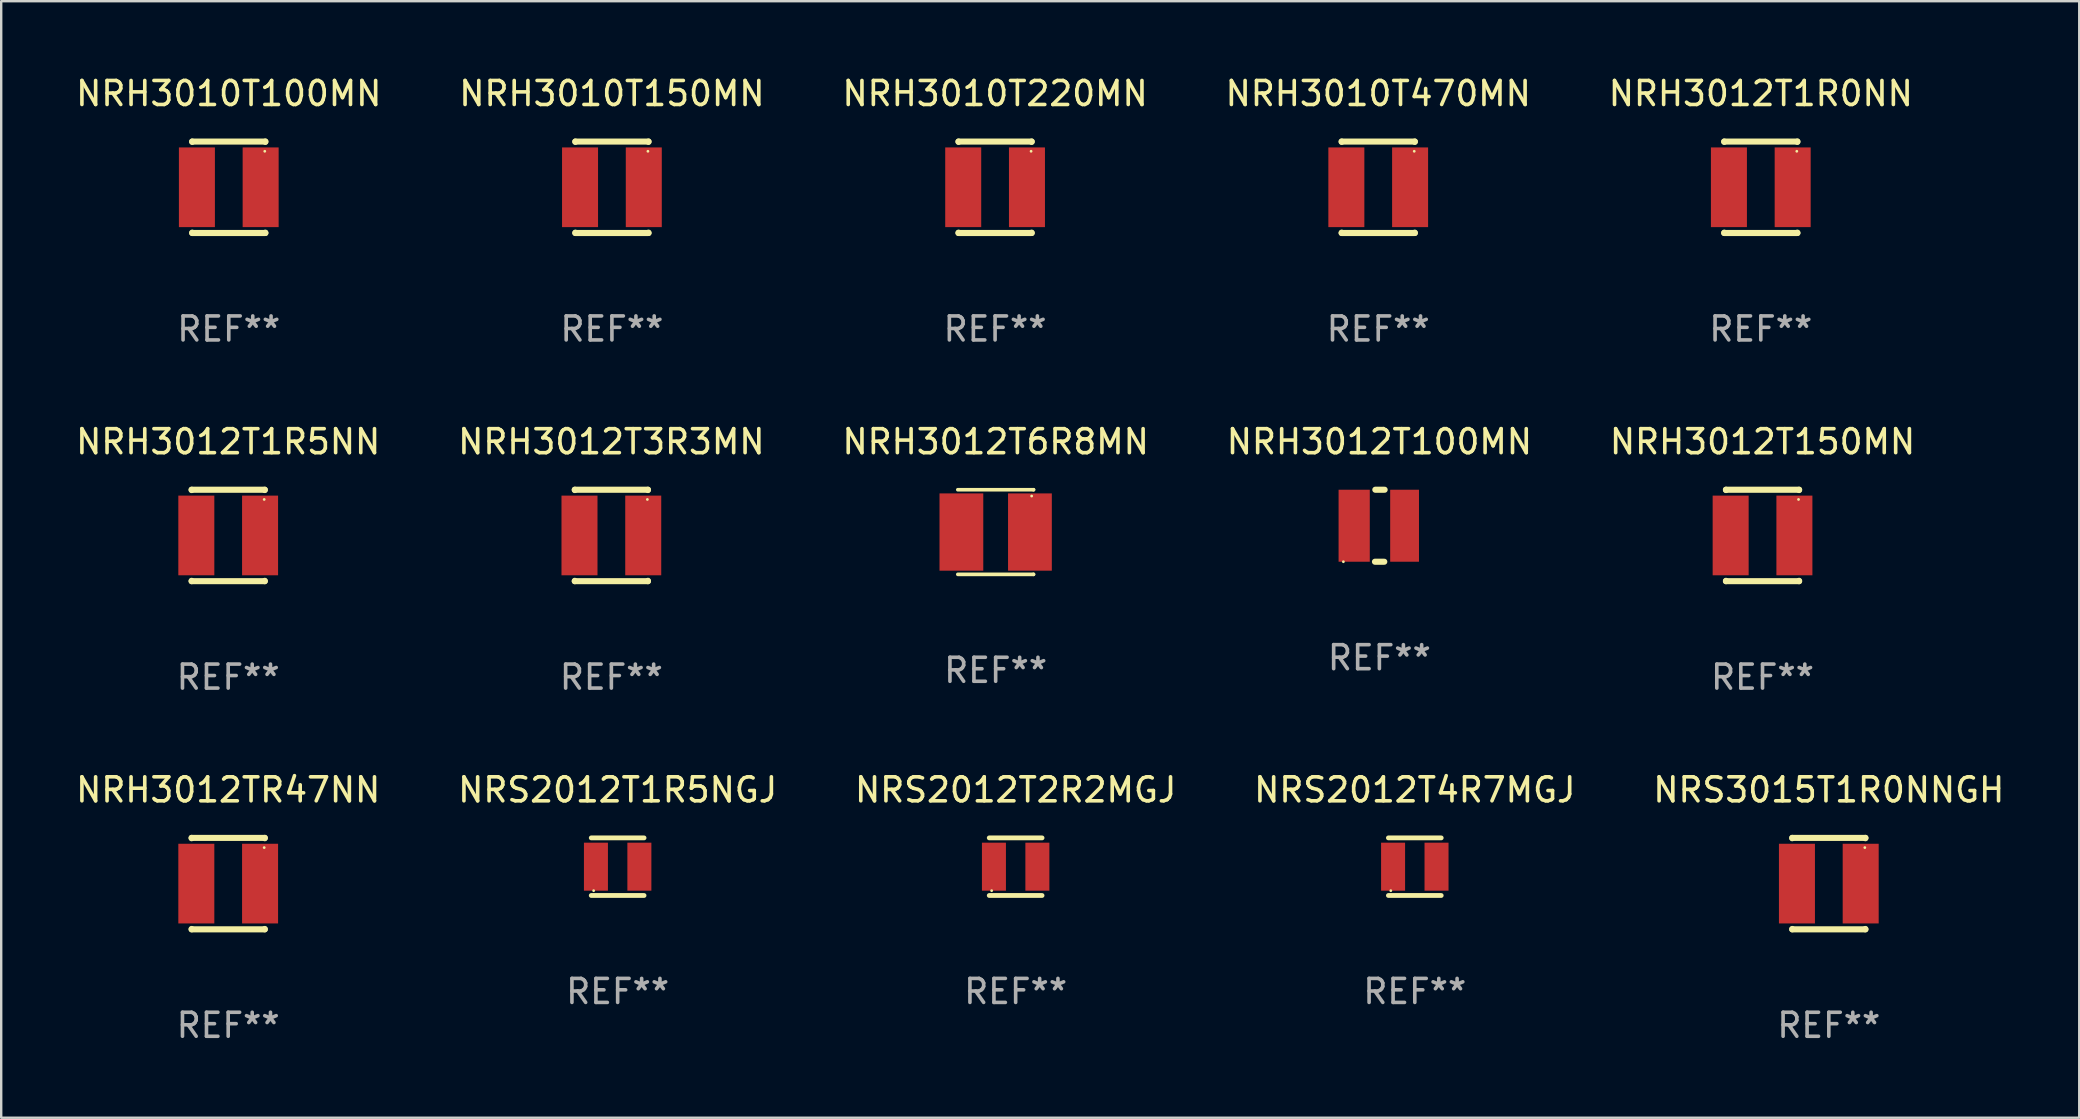
<source format=kicad_pcb>
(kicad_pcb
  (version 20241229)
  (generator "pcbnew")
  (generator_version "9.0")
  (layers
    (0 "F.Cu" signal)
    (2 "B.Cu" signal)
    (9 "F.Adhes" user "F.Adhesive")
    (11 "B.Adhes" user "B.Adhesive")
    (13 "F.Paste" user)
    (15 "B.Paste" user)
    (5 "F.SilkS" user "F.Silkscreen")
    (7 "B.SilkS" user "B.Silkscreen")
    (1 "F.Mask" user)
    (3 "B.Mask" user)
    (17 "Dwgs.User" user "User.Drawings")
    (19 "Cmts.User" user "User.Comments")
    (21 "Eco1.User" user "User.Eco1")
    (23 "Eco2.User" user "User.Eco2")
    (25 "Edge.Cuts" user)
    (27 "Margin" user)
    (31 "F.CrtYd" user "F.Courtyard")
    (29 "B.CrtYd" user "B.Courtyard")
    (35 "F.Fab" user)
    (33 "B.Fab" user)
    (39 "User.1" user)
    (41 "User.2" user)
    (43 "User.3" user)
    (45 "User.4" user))
  (footprint "NRH3012T3R3MN"
    (layer "F.Cu")
    (at 22.423 19.26)
    (property "Reference" "NRH3012T3R3MN" (at 0 -3.905 0) (layer "F.SilkS") (effects (font (size 1 1) (thickness 0.15))))
    (attr through_hole)
    (fp_line (start -1.524 -1.905) (end 1.524 -1.905) (stroke (width 0.254) (type solid)) (layer "F.SilkS"))
    (fp_line (start -1.524 -1.891) (end -1.524 -1.905) (stroke (width 0.254) (type solid)) (layer "F.SilkS"))
    (fp_line (start -1.524 1.905) (end -1.524 1.891) (stroke (width 0.254) (type solid)) (layer "F.SilkS"))
    (fp_line (start -1.524 1.905) (end 1.524 1.905) (stroke (width 0.254) (type solid)) (layer "F.SilkS"))
    (fp_line (start 1.524 -1.905) (end 1.524 -1.891) (stroke (width 0.254) (type solid)) (layer "F.SilkS"))
    (fp_line (start 1.524 1.891) (end 1.524 1.905) (stroke (width 0.254) (type solid)) (layer "F.SilkS"))
    (fp_circle (center 1.5 -1.5) (end 1.53 -1.5) (stroke (width 0.06) (type solid)) (fill no) (layer "F.SilkS"))
    (fp_text user "REF**" (at 0 5.905 0) (layer "F.Fab") (effects (font (size 1 1) (thickness 0.15))))
    (pad "1" smd rect (at 1.328 0) (size 1.5 3.32) (layers "F.Cu" "F.Mask" "F.Paste"))
    (pad "2" smd rect (at -1.328 0) (size 1.5 3.32) (layers "F.Cu" "F.Mask" "F.Paste")))
  (footprint "NRS2012T1R5NGJ"
    (layer "F.Cu")
    (at 22.685 33.061)
    (property "Reference" "NRS2012T1R5NGJ" (at 0 -3.2 0) (layer "F.SilkS") (effects (font (size 1 1) (thickness 0.15))))
    (attr through_hole)
    (fp_line (start -1.1 -1.2) (end 1.1 -1.2) (stroke (width 0.2) (type solid)) (layer "F.SilkS"))
    (fp_line (start -1.1 1.2) (end 1.1 1.2) (stroke (width 0.2) (type solid)) (layer "F.SilkS"))
    (fp_circle (center -1 1) (end -0.97 1) (stroke (width 0.06) (type solid)) (fill no) (layer "F.SilkS"))
    (fp_text user "REF**" (at 0 5.2 0) (layer "F.Fab") (effects (font (size 1 1) (thickness 0.15))))
    (pad "1" smd rect (at -0.905 0) (size 1 2) (layers "F.Cu" "F.Mask" "F.Paste"))
    (pad "2" smd rect (at 0.905 0) (size 1 2) (layers "F.Cu" "F.Mask" "F.Paste")))
  (footprint "NRH3010T100MN"
    (layer "F.Cu")
    (at 6.482 4.753)
    (property "Reference" "NRH3010T100MN" (at 0 -3.905 0) (layer "F.SilkS") (effects (font (size 1 1) (thickness 0.15))))
    (attr through_hole)
    (fp_line (start -1.524 -1.905) (end 1.524 -1.905) (stroke (width 0.254) (type solid)) (layer "F.SilkS"))
    (fp_line (start -1.524 -1.891) (end -1.524 -1.905) (stroke (width 0.254) (type solid)) (layer "F.SilkS"))
    (fp_line (start -1.524 1.905) (end -1.524 1.891) (stroke (width 0.254) (type solid)) (layer "F.SilkS"))
    (fp_line (start -1.524 1.905) (end 1.524 1.905) (stroke (width 0.254) (type solid)) (layer "F.SilkS"))
    (fp_line (start 1.524 -1.905) (end 1.524 -1.891) (stroke (width 0.254) (type solid)) (layer "F.SilkS"))
    (fp_line (start 1.524 1.891) (end 1.524 1.905) (stroke (width 0.254) (type solid)) (layer "F.SilkS"))
    (fp_circle (center 1.5 -1.5) (end 1.53 -1.5) (stroke (width 0.06) (type solid)) (fill no) (layer "F.SilkS"))
    (fp_text user "REF**" (at 0 5.905 0) (layer "F.Fab") (effects (font (size 1 1) (thickness 0.15))))
    (pad "1" smd rect (at 1.328 0) (size 1.5 3.32) (layers "F.Cu" "F.Mask" "F.Paste"))
    (pad "2" smd rect (at -1.328 0) (size 1.5 3.32) (layers "F.Cu" "F.Mask" "F.Paste")))
  (footprint "NRS3015T1R0NNGH"
    (layer "F.Cu")
    (at 73.149 33.766)
    (property "Reference" "NRS3015T1R0NNGH" (at 0 -3.905 0) (layer "F.SilkS") (effects (font (size 1 1) (thickness 0.15))))
    (attr through_hole)
    (fp_line (start -1.524 -1.905) (end 1.524 -1.905) (stroke (width 0.254) (type solid)) (layer "F.SilkS"))
    (fp_line (start -1.524 -1.891) (end -1.524 -1.905) (stroke (width 0.254) (type solid)) (layer "F.SilkS"))
    (fp_line (start -1.524 1.905) (end -1.524 1.891) (stroke (width 0.254) (type solid)) (layer "F.SilkS"))
    (fp_line (start -1.524 1.905) (end 1.524 1.905) (stroke (width 0.254) (type solid)) (layer "F.SilkS"))
    (fp_line (start 1.524 -1.905) (end 1.524 -1.891) (stroke (width 0.254) (type solid)) (layer "F.SilkS"))
    (fp_line (start 1.524 1.891) (end 1.524 1.905) (stroke (width 0.254) (type solid)) (layer "F.SilkS"))
    (fp_circle (center 1.5 -1.5) (end 1.53 -1.5) (stroke (width 0.06) (type solid)) (fill no) (layer "F.SilkS"))
    (fp_text user "REF**" (at 0 5.905 0) (layer "F.Fab") (effects (font (size 1 1) (thickness 0.15))))
    (pad "1" smd rect (at 1.328 0) (size 1.5 3.32) (layers "F.Cu" "F.Mask" "F.Paste"))
    (pad "2" smd rect (at -1.328 0) (size 1.5 3.32) (layers "F.Cu" "F.Mask" "F.Paste")))
  (footprint "NRH3012T100MN"
    (layer "F.Cu")
    (at 54.423 18.855)
    (property "Reference" "NRH3012T100MN" (at 0 -3.5 0) (layer "F.SilkS") (effects (font (size 1 1) (thickness 0.15))))
    (attr through_hole)
    (fp_line (start -0.184 1.5) (end 0.204 1.5) (stroke (width 0.254) (type solid)) (layer "F.SilkS"))
    (fp_line (start -0.169 -1.5) (end 0.219 -1.5) (stroke (width 0.254) (type solid)) (layer "F.SilkS"))
    (fp_circle (center -1.5 1.5) (end -1.47 1.5) (stroke (width 0.06) (type solid)) (fill no) (layer "F.SilkS"))
    (fp_text user "REF**" (at 0 5.5 0) (layer "F.Fab") (effects (font (size 1 1) (thickness 0.15))))
    (pad "1" smd rect (at -1.05 0) (size 1.3 3) (layers "F.Cu" "F.Mask" "F.Paste"))
    (pad "2" smd rect (at 1.05 0) (size 1.2 3) (layers "F.Cu" "F.Mask" "F.Paste")))
  (footprint "NRH3010T150MN"
    (layer "F.Cu")
    (at 22.446 4.753)
    (property "Reference" "NRH3010T150MN" (at 0 -3.905 0) (layer "F.SilkS") (effects (font (size 1 1) (thickness 0.15))))
    (attr through_hole)
    (fp_line (start -1.524 -1.905) (end 1.524 -1.905) (stroke (width 0.254) (type solid)) (layer "F.SilkS"))
    (fp_line (start -1.524 -1.891) (end -1.524 -1.905) (stroke (width 0.254) (type solid)) (layer "F.SilkS"))
    (fp_line (start -1.524 1.905) (end -1.524 1.891) (stroke (width 0.254) (type solid)) (layer "F.SilkS"))
    (fp_line (start -1.524 1.905) (end 1.524 1.905) (stroke (width 0.254) (type solid)) (layer "F.SilkS"))
    (fp_line (start 1.524 -1.905) (end 1.524 -1.891) (stroke (width 0.254) (type solid)) (layer "F.SilkS"))
    (fp_line (start 1.524 1.891) (end 1.524 1.905) (stroke (width 0.254) (type solid)) (layer "F.SilkS"))
    (fp_circle (center 1.5 -1.5) (end 1.53 -1.5) (stroke (width 0.06) (type solid)) (fill no) (layer "F.SilkS"))
    (fp_text user "REF**" (at 0 5.905 0) (layer "F.Fab") (effects (font (size 1 1) (thickness 0.15))))
    (pad "1" smd rect (at 1.328 0) (size 1.5 3.32) (layers "F.Cu" "F.Mask" "F.Paste"))
    (pad "2" smd rect (at -1.328 0) (size 1.5 3.32) (layers "F.Cu" "F.Mask" "F.Paste")))
  (footprint "NRH3012T1R5NN"
    (layer "F.Cu")
    (at 6.458 19.26)
    (property "Reference" "NRH3012T1R5NN" (at 0 -3.905 0) (layer "F.SilkS") (effects (font (size 1 1) (thickness 0.15))))
    (attr through_hole)
    (fp_line (start -1.524 -1.905) (end 1.524 -1.905) (stroke (width 0.254) (type solid)) (layer "F.SilkS"))
    (fp_line (start -1.524 -1.891) (end -1.524 -1.905) (stroke (width 0.254) (type solid)) (layer "F.SilkS"))
    (fp_line (start -1.524 1.905) (end -1.524 1.891) (stroke (width 0.254) (type solid)) (layer "F.SilkS"))
    (fp_line (start -1.524 1.905) (end 1.524 1.905) (stroke (width 0.254) (type solid)) (layer "F.SilkS"))
    (fp_line (start 1.524 -1.905) (end 1.524 -1.891) (stroke (width 0.254) (type solid)) (layer "F.SilkS"))
    (fp_line (start 1.524 1.891) (end 1.524 1.905) (stroke (width 0.254) (type solid)) (layer "F.SilkS"))
    (fp_circle (center 1.5 -1.5) (end 1.53 -1.5) (stroke (width 0.06) (type solid)) (fill no) (layer "F.SilkS"))
    (fp_text user "REF**" (at 0 5.905 0) (layer "F.Fab") (effects (font (size 1 1) (thickness 0.15))))
    (pad "1" smd rect (at 1.328 0) (size 1.5 3.32) (layers "F.Cu" "F.Mask" "F.Paste"))
    (pad "2" smd rect (at -1.328 0) (size 1.5 3.32) (layers "F.Cu" "F.Mask" "F.Paste")))
  (footprint "NRH3012T150MN"
    (layer "F.Cu")
    (at 70.387 19.26)
    (property "Reference" "NRH3012T150MN" (at 0 -3.905 0) (layer "F.SilkS") (effects (font (size 1 1) (thickness 0.15))))
    (attr through_hole)
    (fp_line (start -1.524 -1.905) (end 1.524 -1.905) (stroke (width 0.254) (type solid)) (layer "F.SilkS"))
    (fp_line (start -1.524 -1.891) (end -1.524 -1.905) (stroke (width 0.254) (type solid)) (layer "F.SilkS"))
    (fp_line (start -1.524 1.905) (end -1.524 1.891) (stroke (width 0.254) (type solid)) (layer "F.SilkS"))
    (fp_line (start -1.524 1.905) (end 1.524 1.905) (stroke (width 0.254) (type solid)) (layer "F.SilkS"))
    (fp_line (start 1.524 -1.905) (end 1.524 -1.891) (stroke (width 0.254) (type solid)) (layer "F.SilkS"))
    (fp_line (start 1.524 1.891) (end 1.524 1.905) (stroke (width 0.254) (type solid)) (layer "F.SilkS"))
    (fp_circle (center 1.5 -1.5) (end 1.53 -1.5) (stroke (width 0.06) (type solid)) (fill no) (layer "F.SilkS"))
    (fp_text user "REF**" (at 0 5.905 0) (layer "F.Fab") (effects (font (size 1 1) (thickness 0.15))))
    (pad "1" smd rect (at 1.328 0) (size 1.5 3.32) (layers "F.Cu" "F.Mask" "F.Paste"))
    (pad "2" smd rect (at -1.328 0) (size 1.5 3.32) (layers "F.Cu" "F.Mask" "F.Paste")))
  (footprint "NRH3010T470MN"
    (layer "F.Cu")
    (at 54.375 4.753)
    (property "Reference" "NRH3010T470MN" (at 0 -3.905 0) (layer "F.SilkS") (effects (font (size 1 1) (thickness 0.15))))
    (attr through_hole)
    (fp_line (start -1.524 -1.905) (end 1.524 -1.905) (stroke (width 0.254) (type solid)) (layer "F.SilkS"))
    (fp_line (start -1.524 -1.891) (end -1.524 -1.905) (stroke (width 0.254) (type solid)) (layer "F.SilkS"))
    (fp_line (start -1.524 1.905) (end -1.524 1.891) (stroke (width 0.254) (type solid)) (layer "F.SilkS"))
    (fp_line (start -1.524 1.905) (end 1.524 1.905) (stroke (width 0.254) (type solid)) (layer "F.SilkS"))
    (fp_line (start 1.524 -1.905) (end 1.524 -1.891) (stroke (width 0.254) (type solid)) (layer "F.SilkS"))
    (fp_line (start 1.524 1.891) (end 1.524 1.905) (stroke (width 0.254) (type solid)) (layer "F.SilkS"))
    (fp_circle (center 1.5 -1.5) (end 1.53 -1.5) (stroke (width 0.06) (type solid)) (fill no) (layer "F.SilkS"))
    (fp_text user "REF**" (at 0 5.905 0) (layer "F.Fab") (effects (font (size 1 1) (thickness 0.15))))
    (pad "1" smd rect (at 1.328 0) (size 1.5 3.32) (layers "F.Cu" "F.Mask" "F.Paste"))
    (pad "2" smd rect (at -1.328 0) (size 1.5 3.32) (layers "F.Cu" "F.Mask" "F.Paste")))
  (footprint "NRS2012T2R2MGJ"
    (layer "F.Cu")
    (at 39.268 33.061)
    (property "Reference" "NRS2012T2R2MGJ" (at 0 -3.2 0) (layer "F.SilkS") (effects (font (size 1 1) (thickness 0.15))))
    (attr through_hole)
    (fp_line (start -1.1 -1.2) (end 1.1 -1.2) (stroke (width 0.2) (type solid)) (layer "F.SilkS"))
    (fp_line (start -1.1 1.2) (end 1.1 1.2) (stroke (width 0.2) (type solid)) (layer "F.SilkS"))
    (fp_circle (center -1 1) (end -0.97 1) (stroke (width 0.06) (type solid)) (fill no) (layer "F.SilkS"))
    (fp_text user "REF**" (at 0 5.2 0) (layer "F.Fab") (effects (font (size 1 1) (thickness 0.15))))
    (pad "1" smd rect (at -0.905 0) (size 1 2) (layers "F.Cu" "F.Mask" "F.Paste"))
    (pad "2" smd rect (at 0.905 0) (size 1 2) (layers "F.Cu" "F.Mask" "F.Paste")))
  (footprint "NRH3012T1R0NN"
    (layer "F.Cu")
    (at 70.315 4.753)
    (property "Reference" "NRH3012T1R0NN" (at 0 -3.905 0) (layer "F.SilkS") (effects (font (size 1 1) (thickness 0.15))))
    (attr through_hole)
    (fp_line (start -1.524 -1.905) (end 1.524 -1.905) (stroke (width 0.254) (type solid)) (layer "F.SilkS"))
    (fp_line (start -1.524 -1.891) (end -1.524 -1.905) (stroke (width 0.254) (type solid)) (layer "F.SilkS"))
    (fp_line (start -1.524 1.905) (end -1.524 1.891) (stroke (width 0.254) (type solid)) (layer "F.SilkS"))
    (fp_line (start -1.524 1.905) (end 1.524 1.905) (stroke (width 0.254) (type solid)) (layer "F.SilkS"))
    (fp_line (start 1.524 -1.905) (end 1.524 -1.891) (stroke (width 0.254) (type solid)) (layer "F.SilkS"))
    (fp_line (start 1.524 1.891) (end 1.524 1.905) (stroke (width 0.254) (type solid)) (layer "F.SilkS"))
    (fp_circle (center 1.5 -1.5) (end 1.53 -1.5) (stroke (width 0.06) (type solid)) (fill no) (layer "F.SilkS"))
    (fp_text user "REF**" (at 0 5.905 0) (layer "F.Fab") (effects (font (size 1 1) (thickness 0.15))))
    (pad "1" smd rect (at 1.328 0) (size 1.5 3.32) (layers "F.Cu" "F.Mask" "F.Paste"))
    (pad "2" smd rect (at -1.328 0) (size 1.5 3.32) (layers "F.Cu" "F.Mask" "F.Paste")))
  (footprint "NRH3010T220MN"
    (layer "F.Cu")
    (at 38.411 4.753)
    (property "Reference" "NRH3010T220MN" (at 0 -3.905 0) (layer "F.SilkS") (effects (font (size 1 1) (thickness 0.15))))
    (attr through_hole)
    (fp_line (start -1.524 -1.905) (end 1.524 -1.905) (stroke (width 0.254) (type solid)) (layer "F.SilkS"))
    (fp_line (start -1.524 -1.891) (end -1.524 -1.905) (stroke (width 0.254) (type solid)) (layer "F.SilkS"))
    (fp_line (start -1.524 1.905) (end -1.524 1.891) (stroke (width 0.254) (type solid)) (layer "F.SilkS"))
    (fp_line (start -1.524 1.905) (end 1.524 1.905) (stroke (width 0.254) (type solid)) (layer "F.SilkS"))
    (fp_line (start 1.524 -1.905) (end 1.524 -1.891) (stroke (width 0.254) (type solid)) (layer "F.SilkS"))
    (fp_line (start 1.524 1.891) (end 1.524 1.905) (stroke (width 0.254) (type solid)) (layer "F.SilkS"))
    (fp_circle (center 1.5 -1.5) (end 1.53 -1.5) (stroke (width 0.06) (type solid)) (fill no) (layer "F.SilkS"))
    (fp_text user "REF**" (at 0 5.905 0) (layer "F.Fab") (effects (font (size 1 1) (thickness 0.15))))
    (pad "1" smd rect (at 1.328 0) (size 1.5 3.32) (layers "F.Cu" "F.Mask" "F.Paste"))
    (pad "2" smd rect (at -1.328 0) (size 1.5 3.32) (layers "F.Cu" "F.Mask" "F.Paste")))
  (footprint "NRS2012T4R7MGJ"
    (layer "F.Cu")
    (at 55.899 33.061)
    (property "Reference" "NRS2012T4R7MGJ" (at 0 -3.2 0) (layer "F.SilkS") (effects (font (size 1 1) (thickness 0.15))))
    (attr through_hole)
    (fp_line (start -1.1 -1.2) (end 1.1 -1.2) (stroke (width 0.2) (type solid)) (layer "F.SilkS"))
    (fp_line (start -1.1 1.2) (end 1.1 1.2) (stroke (width 0.2) (type solid)) (layer "F.SilkS"))
    (fp_circle (center -1 1) (end -0.97 1) (stroke (width 0.06) (type solid)) (fill no) (layer "F.SilkS"))
    (fp_text user "REF**" (at 0 5.2 0) (layer "F.Fab") (effects (font (size 1 1) (thickness 0.15))))
    (pad "1" smd rect (at -0.905 0) (size 1 2) (layers "F.Cu" "F.Mask" "F.Paste"))
    (pad "2" smd rect (at 0.905 0) (size 1 2) (layers "F.Cu" "F.Mask" "F.Paste")))
  (footprint "NRH3012T6R8MN"
    (layer "F.Cu")
    (at 38.435 19.118)
    (property "Reference" "NRH3012T6R8MN" (at 0 -3.763 0) (layer "F.SilkS") (effects (font (size 1 1) (thickness 0.15))))
    (attr through_hole)
    (fp_line (start -1.577 -1.763) (end 1.577 -1.763) (stroke (width 0.152) (type solid)) (layer "F.SilkS"))
    (fp_line (start -1.577 1.763) (end 1.577 1.763) (stroke (width 0.152) (type solid)) (layer "F.SilkS"))
    (fp_line (start 1.577 -1.763) (end 1.577 -1.763) (stroke (width 0.152) (type solid)) (layer "F.SilkS"))
    (fp_line (start 1.577 1.763) (end 1.577 1.763) (stroke (width 0.152) (type solid)) (layer "F.SilkS"))
    (fp_circle (center 1.5 -1.5) (end 1.53 -1.5) (stroke (width 0.06) (type solid)) (fill no) (layer "F.SilkS"))
    (fp_text user "REF**" (at 0 5.763 0) (layer "F.Fab") (effects (font (size 1 1) (thickness 0.15))))
    (pad "1" smd rect (at 1.428 0) (size 1.824 3.22) (layers "F.Cu" "F.Mask" "F.Paste"))
    (pad "2" smd rect (at -1.428 0) (size 1.824 3.22) (layers "F.Cu" "F.Mask" "F.Paste")))
  (footprint "NRH3012TR47NN"
    (layer "F.Cu")
    (at 6.458 33.766)
    (property "Reference" "NRH3012TR47NN" (at 0 -3.905 0) (layer "F.SilkS") (effects (font (size 1 1) (thickness 0.15))))
    (attr through_hole)
    (fp_line (start -1.524 -1.905) (end 1.524 -1.905) (stroke (width 0.254) (type solid)) (layer "F.SilkS"))
    (fp_line (start -1.524 -1.891) (end -1.524 -1.905) (stroke (width 0.254) (type solid)) (layer "F.SilkS"))
    (fp_line (start -1.524 1.905) (end -1.524 1.891) (stroke (width 0.254) (type solid)) (layer "F.SilkS"))
    (fp_line (start -1.524 1.905) (end 1.524 1.905) (stroke (width 0.254) (type solid)) (layer "F.SilkS"))
    (fp_line (start 1.524 -1.905) (end 1.524 -1.891) (stroke (width 0.254) (type solid)) (layer "F.SilkS"))
    (fp_line (start 1.524 1.891) (end 1.524 1.905) (stroke (width 0.254) (type solid)) (layer "F.SilkS"))
    (fp_circle (center 1.5 -1.5) (end 1.53 -1.5) (stroke (width 0.06) (type solid)) (fill no) (layer "F.SilkS"))
    (fp_text user "REF**" (at 0 5.905 0) (layer "F.Fab") (effects (font (size 1 1) (thickness 0.15))))
    (pad "1" smd rect (at 1.328 0) (size 1.5 3.32) (layers "F.Cu" "F.Mask" "F.Paste"))
    (pad "2" smd rect (at -1.328 0) (size 1.5 3.32) (layers "F.Cu" "F.Mask" "F.Paste")))
  (gr_rect
    (start -3 -3)
    (end 83.583 43.52)
    (stroke (width 0.1) (type default))
    (fill no)
    (layer "Edge.Cuts")))
</source>
